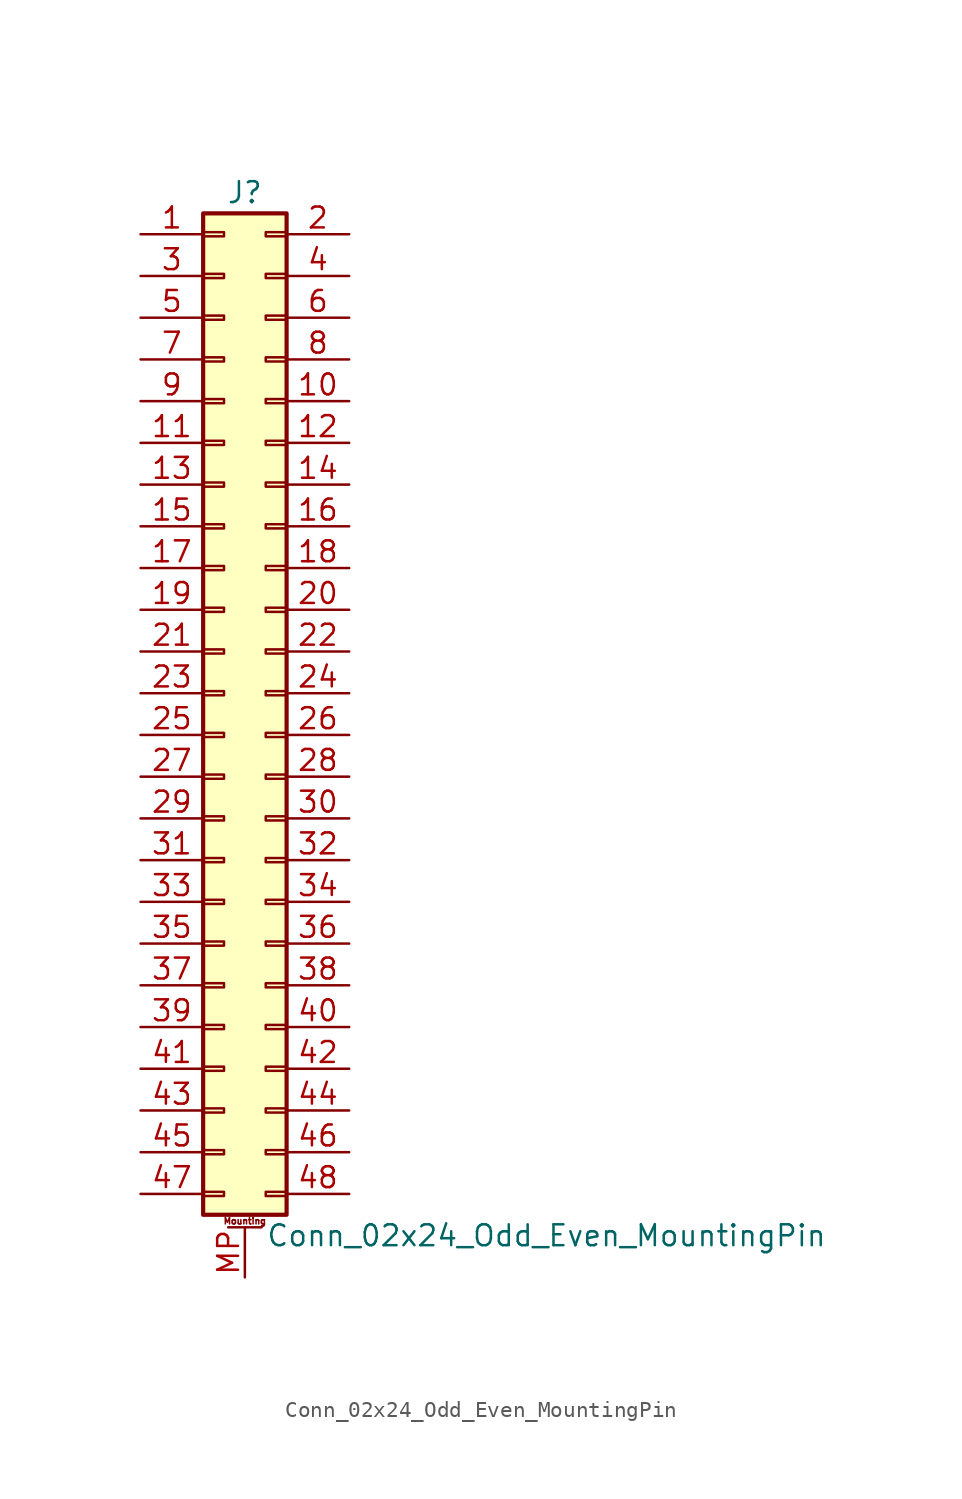
<source format=kicad_sym>
(kicad_symbol_lib
  (version 20201005)
  (generator kicad_symbol_editor)
  (symbol "Conn_02x24_Odd_Even_MountingPin"
    (pin_names
      (offset 1.016) hide)
    (property "Reference" "J"
      (at 1.27 30.48 0)
      (effects (font (size 1.27 1.27))))
    (property "Value" "Conn_02x24_Odd_Even_MountingPin"
      (at 2.54 -33.02 0)
      (effects (font (size 1.27 1.27)) (justify left)))
    (symbol "Conn_02x24_Odd_Even_MountingPin_1_1"
      (text "Mounting" (at 1.27 -32.131 0) (effects (font (size 0.381 0.381))))
      (rectangle (start -1.27 -30.353) (end 0 -30.607) (stroke (width 0.152)) (fill (type none)))
      (rectangle (start -1.27 -27.813) (end 0 -28.067) (stroke (width 0.152)) (fill (type none)))
      (rectangle (start -1.27 -25.273) (end 0 -25.527) (stroke (width 0.152)) (fill (type none)))
      (rectangle (start -1.27 -22.733) (end 0 -22.987) (stroke (width 0.152)) (fill (type none)))
      (rectangle (start -1.27 -20.193) (end 0 -20.447) (stroke (width 0.152)) (fill (type none)))
      (rectangle (start -1.27 -17.653) (end 0 -17.907) (stroke (width 0.152)) (fill (type none)))
      (rectangle (start -1.27 -15.113) (end 0 -15.367) (stroke (width 0.152)) (fill (type none)))
      (rectangle (start -1.27 -12.573) (end 0 -12.827) (stroke (width 0.152)) (fill (type none)))
      (rectangle (start -1.27 -10.033) (end 0 -10.287) (stroke (width 0.152)) (fill (type none)))
      (rectangle (start -1.27 -7.493) (end 0 -7.747) (stroke (width 0.152)) (fill (type none)))
      (rectangle (start -1.27 -4.953) (end 0 -5.207) (stroke (width 0.152)) (fill (type none)))
      (rectangle (start -1.27 -2.413) (end 0 -2.667) (stroke (width 0.152)) (fill (type none)))
      (rectangle (start -1.27 0.127) (end 0 -0.127) (stroke (width 0.152)) (fill (type none)))
      (rectangle (start -1.27 2.667) (end 0 2.413) (stroke (width 0.152)) (fill (type none)))
      (rectangle (start -1.27 5.207) (end 0 4.953) (stroke (width 0.152)) (fill (type none)))
      (rectangle (start -1.27 7.747) (end 0 7.493) (stroke (width 0.152)) (fill (type none)))
      (rectangle (start -1.27 10.287) (end 0 10.033) (stroke (width 0.152)) (fill (type none)))
      (rectangle (start -1.27 12.827) (end 0 12.573) (stroke (width 0.152)) (fill (type none)))
      (rectangle (start -1.27 15.367) (end 0 15.113) (stroke (width 0.152)) (fill (type none)))
      (rectangle (start -1.27 17.907) (end 0 17.653) (stroke (width 0.152)) (fill (type none)))
      (rectangle (start -1.27 20.447) (end 0 20.193) (stroke (width 0.152)) (fill (type none)))
      (rectangle (start -1.27 22.987) (end 0 22.733) (stroke (width 0.152)) (fill (type none)))
      (rectangle (start -1.27 25.527) (end 0 25.273) (stroke (width 0.152)) (fill (type none)))
      (rectangle (start -1.27 28.067) (end 0 27.813) (stroke (width 0.152)) (fill (type none)))
      (rectangle (start 3.81 -30.353) (end 2.54 -30.607) (stroke (width 0.152)) (fill (type none)))
      (rectangle (start 3.81 -27.813) (end 2.54 -28.067) (stroke (width 0.152)) (fill (type none)))
      (rectangle (start 3.81 -25.273) (end 2.54 -25.527) (stroke (width 0.152)) (fill (type none)))
      (rectangle (start 3.81 -22.733) (end 2.54 -22.987) (stroke (width 0.152)) (fill (type none)))
      (rectangle (start 3.81 -20.193) (end 2.54 -20.447) (stroke (width 0.152)) (fill (type none)))
      (rectangle (start 3.81 -17.653) (end 2.54 -17.907) (stroke (width 0.152)) (fill (type none)))
      (rectangle (start 3.81 -15.113) (end 2.54 -15.367) (stroke (width 0.152)) (fill (type none)))
      (rectangle (start 3.81 -12.573) (end 2.54 -12.827) (stroke (width 0.152)) (fill (type none)))
      (rectangle (start 3.81 -10.033) (end 2.54 -10.287) (stroke (width 0.152)) (fill (type none)))
      (rectangle (start 3.81 -7.493) (end 2.54 -7.747) (stroke (width 0.152)) (fill (type none)))
      (rectangle (start 3.81 -4.953) (end 2.54 -5.207) (stroke (width 0.152)) (fill (type none)))
      (rectangle (start 3.81 -2.413) (end 2.54 -2.667) (stroke (width 0.152)) (fill (type none)))
      (rectangle (start 3.81 0.127) (end 2.54 -0.127) (stroke (width 0.152)) (fill (type none)))
      (rectangle (start 3.81 2.667) (end 2.54 2.413) (stroke (width 0.152)) (fill (type none)))
      (rectangle (start 3.81 5.207) (end 2.54 4.953) (stroke (width 0.152)) (fill (type none)))
      (rectangle (start 3.81 7.747) (end 2.54 7.493) (stroke (width 0.152)) (fill (type none)))
      (rectangle (start 3.81 10.287) (end 2.54 10.033) (stroke (width 0.152)) (fill (type none)))
      (rectangle (start 3.81 12.827) (end 2.54 12.573) (stroke (width 0.152)) (fill (type none)))
      (rectangle (start 3.81 15.367) (end 2.54 15.113) (stroke (width 0.152)) (fill (type none)))
      (rectangle (start 3.81 17.907) (end 2.54 17.653) (stroke (width 0.152)) (fill (type none)))
      (rectangle (start 3.81 20.447) (end 2.54 20.193) (stroke (width 0.152)) (fill (type none)))
      (rectangle (start 3.81 22.987) (end 2.54 22.733) (stroke (width 0.152)) (fill (type none)))
      (rectangle (start 3.81 25.527) (end 2.54 25.273) (stroke (width 0.152)) (fill (type none)))
      (rectangle (start 3.81 28.067) (end 2.54 27.813) (stroke (width 0.152)) (fill (type none)))
      (rectangle (start -1.27 29.21) (end 3.81 -31.75) (stroke (width 0.254)) (fill (type background)))
      (polyline (pts (xy 0.254 -32.512) (xy 2.286 -32.512)) (stroke (width 0.152)) (fill (type none)))
      (pin passive line (at -5.08 27.94 0) (length 3.81) (name "Pin_1" (effects (font (size 1.27 1.27)))) (number "1" (effects (font (size 1.27 1.27)))))
      (pin passive line (at 7.62 17.78 180) (length 3.81) (name "Pin_10" (effects (font (size 1.27 1.27)))) (number "10" (effects (font (size 1.27 1.27)))))
      (pin passive line (at -5.08 15.24 0) (length 3.81) (name "Pin_11" (effects (font (size 1.27 1.27)))) (number "11" (effects (font (size 1.27 1.27)))))
      (pin passive line (at 7.62 15.24 180) (length 3.81) (name "Pin_12" (effects (font (size 1.27 1.27)))) (number "12" (effects (font (size 1.27 1.27)))))
      (pin passive line (at -5.08 12.7 0) (length 3.81) (name "Pin_13" (effects (font (size 1.27 1.27)))) (number "13" (effects (font (size 1.27 1.27)))))
      (pin passive line (at 7.62 12.7 180) (length 3.81) (name "Pin_14" (effects (font (size 1.27 1.27)))) (number "14" (effects (font (size 1.27 1.27)))))
      (pin passive line (at -5.08 10.16 0) (length 3.81) (name "Pin_15" (effects (font (size 1.27 1.27)))) (number "15" (effects (font (size 1.27 1.27)))))
      (pin passive line (at 7.62 10.16 180) (length 3.81) (name "Pin_16" (effects (font (size 1.27 1.27)))) (number "16" (effects (font (size 1.27 1.27)))))
      (pin passive line (at -5.08 7.62 0) (length 3.81) (name "Pin_17" (effects (font (size 1.27 1.27)))) (number "17" (effects (font (size 1.27 1.27)))))
      (pin passive line (at 7.62 7.62 180) (length 3.81) (name "Pin_18" (effects (font (size 1.27 1.27)))) (number "18" (effects (font (size 1.27 1.27)))))
      (pin passive line (at -5.08 5.08 0) (length 3.81) (name "Pin_19" (effects (font (size 1.27 1.27)))) (number "19" (effects (font (size 1.27 1.27)))))
      (pin passive line (at 7.62 27.94 180) (length 3.81) (name "Pin_2" (effects (font (size 1.27 1.27)))) (number "2" (effects (font (size 1.27 1.27)))))
      (pin passive line (at 7.62 5.08 180) (length 3.81) (name "Pin_20" (effects (font (size 1.27 1.27)))) (number "20" (effects (font (size 1.27 1.27)))))
      (pin passive line (at -5.08 2.54 0) (length 3.81) (name "Pin_21" (effects (font (size 1.27 1.27)))) (number "21" (effects (font (size 1.27 1.27)))))
      (pin passive line (at 7.62 2.54 180) (length 3.81) (name "Pin_22" (effects (font (size 1.27 1.27)))) (number "22" (effects (font (size 1.27 1.27)))))
      (pin passive line (at -5.08 0 0) (length 3.81) (name "Pin_23" (effects (font (size 1.27 1.27)))) (number "23" (effects (font (size 1.27 1.27)))))
      (pin passive line (at 7.62 0 180) (length 3.81) (name "Pin_24" (effects (font (size 1.27 1.27)))) (number "24" (effects (font (size 1.27 1.27)))))
      (pin passive line (at -5.08 -2.54 0) (length 3.81) (name "Pin_25" (effects (font (size 1.27 1.27)))) (number "25" (effects (font (size 1.27 1.27)))))
      (pin passive line (at 7.62 -2.54 180) (length 3.81) (name "Pin_26" (effects (font (size 1.27 1.27)))) (number "26" (effects (font (size 1.27 1.27)))))
      (pin passive line (at -5.08 -5.08 0) (length 3.81) (name "Pin_27" (effects (font (size 1.27 1.27)))) (number "27" (effects (font (size 1.27 1.27)))))
      (pin passive line (at 7.62 -5.08 180) (length 3.81) (name "Pin_28" (effects (font (size 1.27 1.27)))) (number "28" (effects (font (size 1.27 1.27)))))
      (pin passive line (at -5.08 -7.62 0) (length 3.81) (name "Pin_29" (effects (font (size 1.27 1.27)))) (number "29" (effects (font (size 1.27 1.27)))))
      (pin passive line (at -5.08 25.4 0) (length 3.81) (name "Pin_3" (effects (font (size 1.27 1.27)))) (number "3" (effects (font (size 1.27 1.27)))))
      (pin passive line (at 7.62 -7.62 180) (length 3.81) (name "Pin_30" (effects (font (size 1.27 1.27)))) (number "30" (effects (font (size 1.27 1.27)))))
      (pin passive line (at -5.08 -10.16 0) (length 3.81) (name "Pin_31" (effects (font (size 1.27 1.27)))) (number "31" (effects (font (size 1.27 1.27)))))
      (pin passive line (at 7.62 -10.16 180) (length 3.81) (name "Pin_32" (effects (font (size 1.27 1.27)))) (number "32" (effects (font (size 1.27 1.27)))))
      (pin passive line (at -5.08 -12.7 0) (length 3.81) (name "Pin_33" (effects (font (size 1.27 1.27)))) (number "33" (effects (font (size 1.27 1.27)))))
      (pin passive line (at 7.62 -12.7 180) (length 3.81) (name "Pin_34" (effects (font (size 1.27 1.27)))) (number "34" (effects (font (size 1.27 1.27)))))
      (pin passive line (at -5.08 -15.24 0) (length 3.81) (name "Pin_35" (effects (font (size 1.27 1.27)))) (number "35" (effects (font (size 1.27 1.27)))))
      (pin passive line (at 7.62 -15.24 180) (length 3.81) (name "Pin_36" (effects (font (size 1.27 1.27)))) (number "36" (effects (font (size 1.27 1.27)))))
      (pin passive line (at -5.08 -17.78 0) (length 3.81) (name "Pin_37" (effects (font (size 1.27 1.27)))) (number "37" (effects (font (size 1.27 1.27)))))
      (pin passive line (at 7.62 -17.78 180) (length 3.81) (name "Pin_38" (effects (font (size 1.27 1.27)))) (number "38" (effects (font (size 1.27 1.27)))))
      (pin passive line (at -5.08 -20.32 0) (length 3.81) (name "Pin_39" (effects (font (size 1.27 1.27)))) (number "39" (effects (font (size 1.27 1.27)))))
      (pin passive line (at 7.62 25.4 180) (length 3.81) (name "Pin_4" (effects (font (size 1.27 1.27)))) (number "4" (effects (font (size 1.27 1.27)))))
      (pin passive line (at 7.62 -20.32 180) (length 3.81) (name "Pin_40" (effects (font (size 1.27 1.27)))) (number "40" (effects (font (size 1.27 1.27)))))
      (pin passive line (at -5.08 -22.86 0) (length 3.81) (name "Pin_41" (effects (font (size 1.27 1.27)))) (number "41" (effects (font (size 1.27 1.27)))))
      (pin passive line (at 7.62 -22.86 180) (length 3.81) (name "Pin_42" (effects (font (size 1.27 1.27)))) (number "42" (effects (font (size 1.27 1.27)))))
      (pin passive line (at -5.08 -25.4 0) (length 3.81) (name "Pin_43" (effects (font (size 1.27 1.27)))) (number "43" (effects (font (size 1.27 1.27)))))
      (pin passive line (at 7.62 -25.4 180) (length 3.81) (name "Pin_44" (effects (font (size 1.27 1.27)))) (number "44" (effects (font (size 1.27 1.27)))))
      (pin passive line (at -5.08 -27.94 0) (length 3.81) (name "Pin_45" (effects (font (size 1.27 1.27)))) (number "45" (effects (font (size 1.27 1.27)))))
      (pin passive line (at 7.62 -27.94 180) (length 3.81) (name "Pin_46" (effects (font (size 1.27 1.27)))) (number "46" (effects (font (size 1.27 1.27)))))
      (pin passive line (at -5.08 -30.48 0) (length 3.81) (name "Pin_47" (effects (font (size 1.27 1.27)))) (number "47" (effects (font (size 1.27 1.27)))))
      (pin passive line (at 7.62 -30.48 180) (length 3.81) (name "Pin_48" (effects (font (size 1.27 1.27)))) (number "48" (effects (font (size 1.27 1.27)))))
      (pin passive line (at -5.08 22.86 0) (length 3.81) (name "Pin_5" (effects (font (size 1.27 1.27)))) (number "5" (effects (font (size 1.27 1.27)))))
      (pin passive line (at 7.62 22.86 180) (length 3.81) (name "Pin_6" (effects (font (size 1.27 1.27)))) (number "6" (effects (font (size 1.27 1.27)))))
      (pin passive line (at -5.08 20.32 0) (length 3.81) (name "Pin_7" (effects (font (size 1.27 1.27)))) (number "7" (effects (font (size 1.27 1.27)))))
      (pin passive line (at 7.62 20.32 180) (length 3.81) (name "Pin_8" (effects (font (size 1.27 1.27)))) (number "8" (effects (font (size 1.27 1.27)))))
      (pin passive line (at -5.08 17.78 0) (length 3.81) (name "Pin_9" (effects (font (size 1.27 1.27)))) (number "9" (effects (font (size 1.27 1.27)))))
      (pin passive line (at 1.27 -35.56 90) (length 3.048) (name "MountPin" (effects (font (size 1.27 1.27)))) (number "MP" (effects (font (size 1.27 1.27))))))))
</source>
